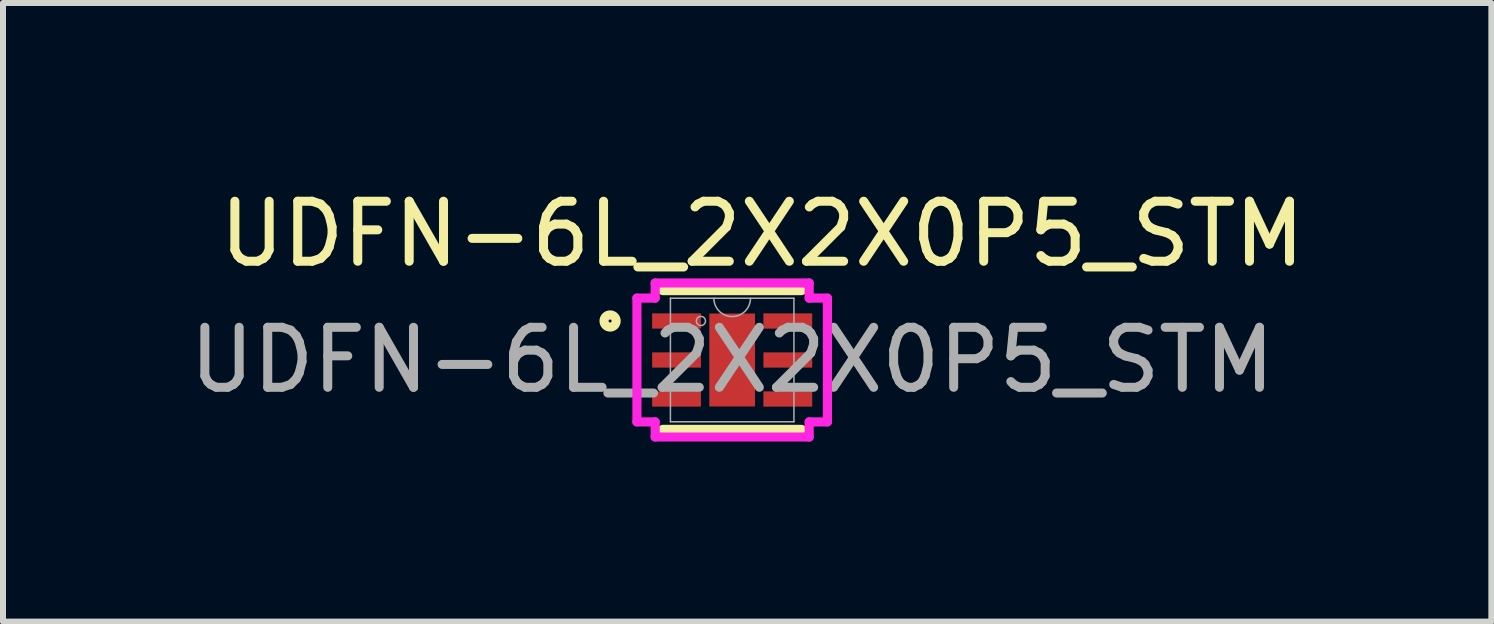
<source format=kicad_pcb>
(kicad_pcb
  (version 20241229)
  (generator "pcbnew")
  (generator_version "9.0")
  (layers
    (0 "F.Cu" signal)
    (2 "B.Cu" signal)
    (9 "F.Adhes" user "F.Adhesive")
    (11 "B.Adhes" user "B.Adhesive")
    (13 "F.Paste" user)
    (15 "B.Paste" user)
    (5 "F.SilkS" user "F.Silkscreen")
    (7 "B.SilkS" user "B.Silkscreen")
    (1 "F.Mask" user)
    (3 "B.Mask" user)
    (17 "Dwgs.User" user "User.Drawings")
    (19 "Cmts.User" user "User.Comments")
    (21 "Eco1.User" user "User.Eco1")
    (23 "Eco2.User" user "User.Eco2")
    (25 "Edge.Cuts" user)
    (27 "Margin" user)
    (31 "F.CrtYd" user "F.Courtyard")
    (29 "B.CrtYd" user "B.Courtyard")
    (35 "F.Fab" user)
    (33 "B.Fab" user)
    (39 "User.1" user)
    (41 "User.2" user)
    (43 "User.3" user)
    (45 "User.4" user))
  (footprint "UDFN-6L_2X2X0P5_STM"
    (layer "F.Cu")
    (at 9.149 2.948)
    (property "Reference" "UDFN-6L_2X2X0P5_STM" (at 0.5 -2.1 0) (unlocked yes) (layer "F.SilkS") (effects (font (size 1 1) (thickness 0.15))))
    (attr smd)
    (fp_line (start -1.156 1.156) (end 1.156 1.156) (stroke (width 0.152) (type solid)) (layer "F.SilkS"))
    (fp_line (start 1.156 -1.156) (end -1.156 -1.156) (stroke (width 0.152) (type solid)) (layer "F.SilkS"))
    (fp_circle (center -2.034 -0.65) (end -1.933 -0.65) (stroke (width 0.152) (type solid)) (fill no) (layer "F.SilkS"))
    (fp_line (start -1.587 -1.031) (end -1.283 -1.031) (stroke (width 0.152) (type solid)) (layer "F.CrtYd"))
    (fp_line (start -1.587 1.031) (end -1.587 -1.031) (stroke (width 0.152) (type solid)) (layer "F.CrtYd"))
    (fp_line (start -1.587 1.031) (end -1.283 1.031) (stroke (width 0.152) (type solid)) (layer "F.CrtYd"))
    (fp_line (start -1.283 -1.283) (end 1.283 -1.283) (stroke (width 0.152) (type solid)) (layer "F.CrtYd"))
    (fp_line (start -1.283 -1.031) (end -1.283 -1.283) (stroke (width 0.152) (type solid)) (layer "F.CrtYd"))
    (fp_line (start -1.283 1.283) (end -1.283 1.031) (stroke (width 0.152) (type solid)) (layer "F.CrtYd"))
    (fp_line (start 1.283 -1.283) (end 1.283 -1.031) (stroke (width 0.152) (type solid)) (layer "F.CrtYd"))
    (fp_line (start 1.283 1.031) (end 1.283 1.283) (stroke (width 0.152) (type solid)) (layer "F.CrtYd"))
    (fp_line (start 1.283 1.283) (end -1.283 1.283) (stroke (width 0.152) (type solid)) (layer "F.CrtYd"))
    (fp_line (start 1.587 -1.031) (end 1.283 -1.031) (stroke (width 0.152) (type solid)) (layer "F.CrtYd"))
    (fp_line (start 1.587 -1.031) (end 1.587 1.031) (stroke (width 0.152) (type solid)) (layer "F.CrtYd"))
    (fp_line (start 1.587 1.031) (end 1.283 1.031) (stroke (width 0.152) (type solid)) (layer "F.CrtYd"))
    (fp_line (start -1.029 -1.029) (end -1.029 1.029) (stroke (width 0.025) (type solid)) (layer "F.Fab"))
    (fp_line (start -1.029 1.029) (end 1.029 1.029) (stroke (width 0.025) (type solid)) (layer "F.Fab"))
    (fp_line (start 1.029 -1.029) (end -1.029 -1.029) (stroke (width 0.025) (type solid)) (layer "F.Fab"))
    (fp_line (start 1.029 1.029) (end 1.029 -1.029) (stroke (width 0.025) (type solid)) (layer "F.Fab"))
    (fp_arc (start 0.3048 -1.0287) (mid 0 -0.7239) (end -0.3048 -1.0287) (stroke (width 0.0254) (type solid)) (layer "F.Fab"))
    (fp_circle (center -0.521 -0.65) (end -0.445 -0.65) (stroke (width 0.025) (type solid)) (fill no) (layer "F.Fab"))
    (fp_text user "${REFERENCE}" (at 0 0 0) (unlocked yes) (layer "F.Fab") (effects (font (size 1 1) (thickness 0.15))))
    (pad "1" smd rect (at -0.927 -0.65) (size 0.813 0.254) (layers "F.Cu" "F.Mask" "F.Paste"))
    (pad "2" smd rect (at -0.927 0) (size 0.813 0.254) (layers "F.Cu" "F.Mask" "F.Paste"))
    (pad "3" smd rect (at -0.927 0.65) (size 0.813 0.254) (layers "F.Cu" "F.Mask" "F.Paste"))
    (pad "4" smd rect (at 0.927 0.65) (size 0.813 0.254) (layers "F.Cu" "F.Mask" "F.Paste"))
    (pad "5" smd rect (at 0.927 0) (size 0.813 0.254) (layers "F.Cu" "F.Mask" "F.Paste"))
    (pad "6" smd rect (at 0.927 -0.65) (size 0.813 0.254) (layers "F.Cu" "F.Mask" "F.Paste"))
    (pad "7" smd rect (at 0 0) (size 0.762 1.549) (layers "F.Cu" "F.Mask" "F.Paste")))
  (gr_rect
    (start -3 -3)
    (end 21.798 7.307)
    (stroke (width 0.1) (type default))
    (fill no)
    (layer "Edge.Cuts")))
</source>
